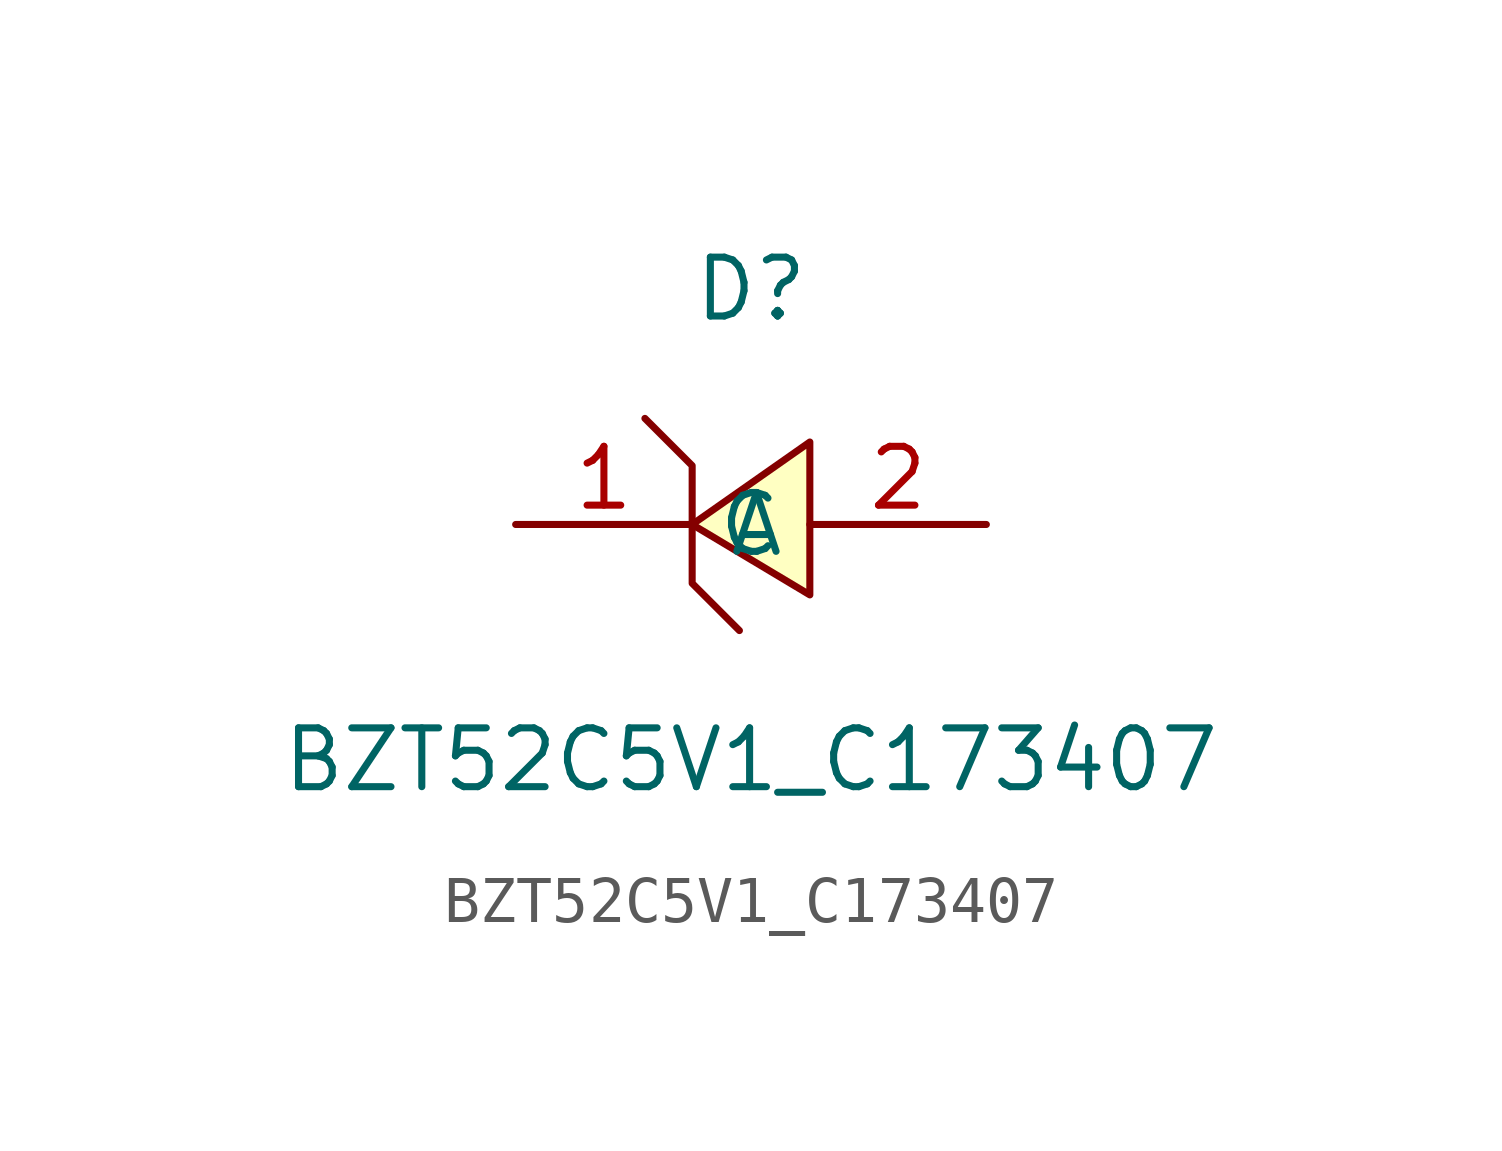
<source format=kicad_sym>
(kicad_symbol_lib
  (version 1)
  (generator "faebryk")
  (symbol "BZT52C5V1_C173407"
    (property "Reference" "D"
      (at 0 5.08 0)
      (effects (font (size 1.27 1.27)) (hide no)))
    (property "Value" "BZT52C5V1_C173407"
      (at 0 -5.08 0)
      (effects (font (size 1.27 1.27)) (hide no)))
    (symbol "BZT52C5V1_C173407_0_1"
      (polyline (stroke (width 0) (type default) (color 0 0 0 0)) (fill (type background)) (pts (xy 1.27 -1.52) (xy -1.27 0) (xy 1.27 1.78) (xy 1.27 -1.52)))
      (polyline (stroke (width 0) (type default) (color 0 0 0 0)) (fill (type none)) (pts (xy -2.29 2.29) (xy -1.27 1.27) (xy -1.27 -1.27) (xy -0.25 -2.29)))
      (pin unspecified line (at 5.08 0 180) (length 3.81) (name "A" (effects (font (size 1.27 1.27)) (hide no))) (number "2" (effects (font (size 1.27 1.27)) (hide no))))
      (pin unspecified line (at -5.08 0 0) (length 3.81) (name "C" (effects (font (size 1.27 1.27)) (hide no))) (number "1" (effects (font (size 1.27 1.27)) (hide no)))))))
</source>
